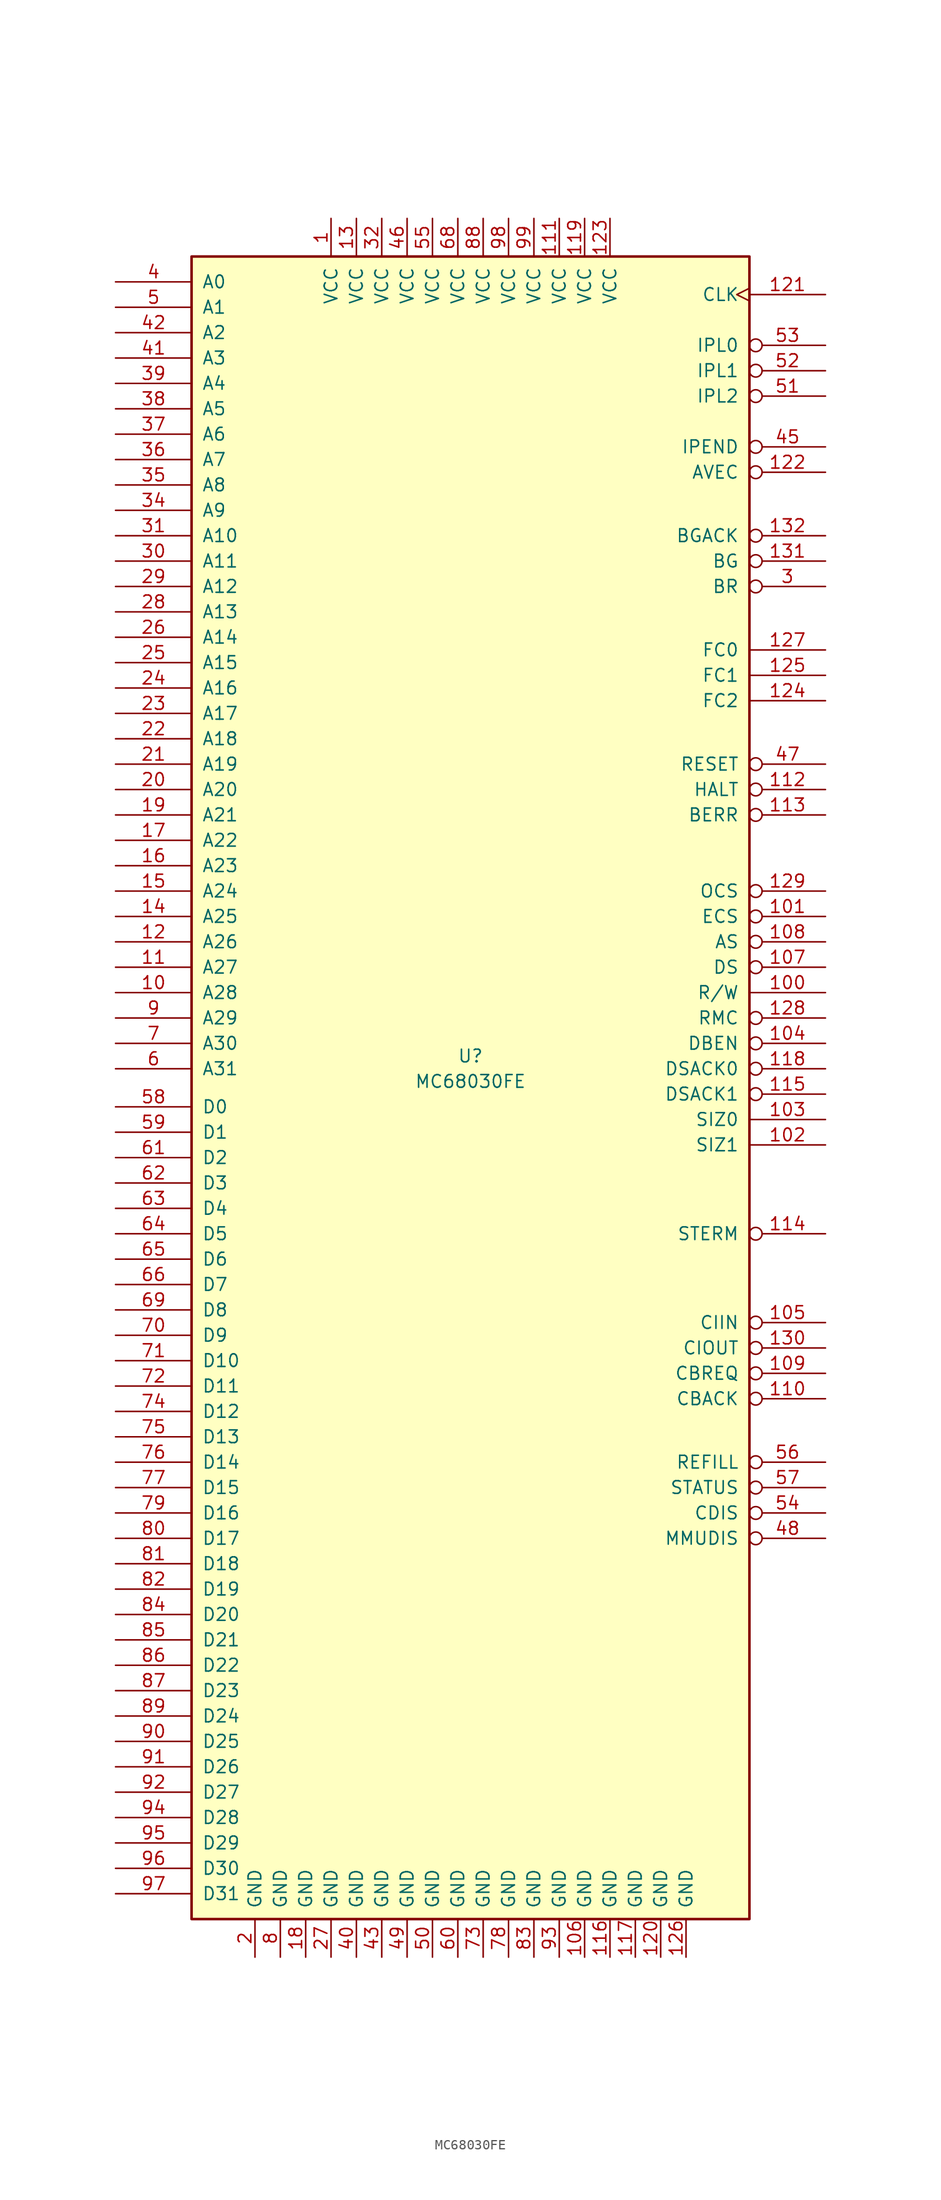
<source format=kicad_sym>
(kicad_symbol_lib
  (version 20231120)
  (generator "kicad_symbol_editor")
  (generator_version "8.0")
  (symbol "MC68030FE"
    (pin_names
      (offset 1.016))
    (property "Reference" "U"
      (at 0 2.54 0)
      (effects (font (size 1.27 1.27))))
    (property "Value" "MC68030FE"
      (at 0 0 0)
      (effects (font (size 1.27 1.27))))
    (symbol "MC68030FE_1_1"
      (rectangle (start -27.94 82.55) (end 27.94 -83.82) (stroke (width 0.254) (type default)) (fill (type background)))
      (pin power_in line (at -13.97 86.36 270) (length 3.81) (name "VCC" (effects (font (size 1.27 1.27)))) (number "1" (effects (font (size 1.27 1.27)))))
      (pin output line (at -35.56 8.89 0) (length 7.62) (name "A28" (effects (font (size 1.27 1.27)))) (number "10" (effects (font (size 1.27 1.27)))))
      (pin output line (at 35.56 8.89 180) (length 7.62) (name "R/W" (effects (font (size 1.27 1.27)))) (number "100" (effects (font (size 1.27 1.27)))))
      (pin output inverted (at 35.56 16.51 180) (length 7.62) (name "ECS" (effects (font (size 1.27 1.27)))) (number "101" (effects (font (size 1.27 1.27)))))
      (pin output line (at 35.56 -6.35 180) (length 7.62) (name "SIZ1" (effects (font (size 1.27 1.27)))) (number "102" (effects (font (size 1.27 1.27)))))
      (pin output line (at 35.56 -3.81 180) (length 7.62) (name "SIZ0" (effects (font (size 1.27 1.27)))) (number "103" (effects (font (size 1.27 1.27)))))
      (pin output inverted (at 35.56 3.81 180) (length 7.62) (name "DBEN" (effects (font (size 1.27 1.27)))) (number "104" (effects (font (size 1.27 1.27)))))
      (pin input inverted (at 35.56 -24.13 180) (length 7.62) (name "CIIN" (effects (font (size 1.27 1.27)))) (number "105" (effects (font (size 1.27 1.27)))))
      (pin power_in line (at 11.43 -87.63 90) (length 3.81) (name "GND" (effects (font (size 1.27 1.27)))) (number "106" (effects (font (size 1.27 1.27)))))
      (pin output inverted (at 35.56 11.43 180) (length 7.62) (name "DS" (effects (font (size 1.27 1.27)))) (number "107" (effects (font (size 1.27 1.27)))))
      (pin output inverted (at 35.56 13.97 180) (length 7.62) (name "AS" (effects (font (size 1.27 1.27)))) (number "108" (effects (font (size 1.27 1.27)))))
      (pin output inverted (at 35.56 -29.21 180) (length 7.62) (name "CBREQ" (effects (font (size 1.27 1.27)))) (number "109" (effects (font (size 1.27 1.27)))))
      (pin output line (at -35.56 11.43 0) (length 7.62) (name "A27" (effects (font (size 1.27 1.27)))) (number "11" (effects (font (size 1.27 1.27)))))
      (pin input inverted (at 35.56 -31.75 180) (length 7.62) (name "CBACK" (effects (font (size 1.27 1.27)))) (number "110" (effects (font (size 1.27 1.27)))))
      (pin power_in line (at 8.89 86.36 270) (length 3.81) (name "VCC" (effects (font (size 1.27 1.27)))) (number "111" (effects (font (size 1.27 1.27)))))
      (pin input inverted (at 35.56 29.21 180) (length 7.62) (name "HALT" (effects (font (size 1.27 1.27)))) (number "112" (effects (font (size 1.27 1.27)))))
      (pin input inverted (at 35.56 26.67 180) (length 7.62) (name "BERR" (effects (font (size 1.27 1.27)))) (number "113" (effects (font (size 1.27 1.27)))))
      (pin input inverted (at 35.56 -15.24 180) (length 7.62) (name "STERM" (effects (font (size 1.27 1.27)))) (number "114" (effects (font (size 1.27 1.27)))))
      (pin input inverted (at 35.56 -1.27 180) (length 7.62) (name "DSACK1" (effects (font (size 1.27 1.27)))) (number "115" (effects (font (size 1.27 1.27)))))
      (pin power_in line (at 13.97 -87.63 90) (length 3.81) (name "GND" (effects (font (size 1.27 1.27)))) (number "116" (effects (font (size 1.27 1.27)))))
      (pin power_in line (at 16.51 -87.63 90) (length 3.81) (name "GND" (effects (font (size 1.27 1.27)))) (number "117" (effects (font (size 1.27 1.27)))))
      (pin input inverted (at 35.56 1.27 180) (length 7.62) (name "DSACK0" (effects (font (size 1.27 1.27)))) (number "118" (effects (font (size 1.27 1.27)))))
      (pin power_in line (at 11.43 86.36 270) (length 3.81) (name "VCC" (effects (font (size 1.27 1.27)))) (number "119" (effects (font (size 1.27 1.27)))))
      (pin output line (at -35.56 13.97 0) (length 7.62) (name "A26" (effects (font (size 1.27 1.27)))) (number "12" (effects (font (size 1.27 1.27)))))
      (pin power_in line (at 19.05 -87.63 90) (length 3.81) (name "GND" (effects (font (size 1.27 1.27)))) (number "120" (effects (font (size 1.27 1.27)))))
      (pin input clock (at 35.56 78.74 180) (length 7.62) (name "CLK" (effects (font (size 1.27 1.27)))) (number "121" (effects (font (size 1.27 1.27)))))
      (pin input inverted (at 35.56 60.96 180) (length 7.62) (name "AVEC" (effects (font (size 1.27 1.27)))) (number "122" (effects (font (size 1.27 1.27)))))
      (pin power_in line (at 13.97 86.36 270) (length 3.81) (name "VCC" (effects (font (size 1.27 1.27)))) (number "123" (effects (font (size 1.27 1.27)))))
      (pin output line (at 35.56 38.1 180) (length 7.62) (name "FC2" (effects (font (size 1.27 1.27)))) (number "124" (effects (font (size 1.27 1.27)))))
      (pin output line (at 35.56 40.64 180) (length 7.62) (name "FC1" (effects (font (size 1.27 1.27)))) (number "125" (effects (font (size 1.27 1.27)))))
      (pin power_in line (at 21.59 -87.63 90) (length 3.81) (name "GND" (effects (font (size 1.27 1.27)))) (number "126" (effects (font (size 1.27 1.27)))))
      (pin output line (at 35.56 43.18 180) (length 7.62) (name "FC0" (effects (font (size 1.27 1.27)))) (number "127" (effects (font (size 1.27 1.27)))))
      (pin output inverted (at 35.56 6.35 180) (length 7.62) (name "RMC" (effects (font (size 1.27 1.27)))) (number "128" (effects (font (size 1.27 1.27)))))
      (pin output inverted (at 35.56 19.05 180) (length 7.62) (name "OCS" (effects (font (size 1.27 1.27)))) (number "129" (effects (font (size 1.27 1.27)))))
      (pin power_in line (at -11.43 86.36 270) (length 3.81) (name "VCC" (effects (font (size 1.27 1.27)))) (number "13" (effects (font (size 1.27 1.27)))))
      (pin output inverted (at 35.56 -26.67 180) (length 7.62) (name "CIOUT" (effects (font (size 1.27 1.27)))) (number "130" (effects (font (size 1.27 1.27)))))
      (pin output inverted (at 35.56 52.07 180) (length 7.62) (name "BG" (effects (font (size 1.27 1.27)))) (number "131" (effects (font (size 1.27 1.27)))))
      (pin input inverted (at 35.56 54.61 180) (length 7.62) (name "BGACK" (effects (font (size 1.27 1.27)))) (number "132" (effects (font (size 1.27 1.27)))))
      (pin output line (at -35.56 16.51 0) (length 7.62) (name "A25" (effects (font (size 1.27 1.27)))) (number "14" (effects (font (size 1.27 1.27)))))
      (pin output line (at -35.56 19.05 0) (length 7.62) (name "A24" (effects (font (size 1.27 1.27)))) (number "15" (effects (font (size 1.27 1.27)))))
      (pin output line (at -35.56 21.59 0) (length 7.62) (name "A23" (effects (font (size 1.27 1.27)))) (number "16" (effects (font (size 1.27 1.27)))))
      (pin output line (at -35.56 24.13 0) (length 7.62) (name "A22" (effects (font (size 1.27 1.27)))) (number "17" (effects (font (size 1.27 1.27)))))
      (pin power_in line (at -16.51 -87.63 90) (length 3.81) (name "GND" (effects (font (size 1.27 1.27)))) (number "18" (effects (font (size 1.27 1.27)))))
      (pin output line (at -35.56 26.67 0) (length 7.62) (name "A21" (effects (font (size 1.27 1.27)))) (number "19" (effects (font (size 1.27 1.27)))))
      (pin power_in line (at -21.59 -87.63 90) (length 3.81) (name "GND" (effects (font (size 1.27 1.27)))) (number "2" (effects (font (size 1.27 1.27)))))
      (pin output line (at -35.56 29.21 0) (length 7.62) (name "A20" (effects (font (size 1.27 1.27)))) (number "20" (effects (font (size 1.27 1.27)))))
      (pin output line (at -35.56 31.75 0) (length 7.62) (name "A19" (effects (font (size 1.27 1.27)))) (number "21" (effects (font (size 1.27 1.27)))))
      (pin output line (at -35.56 34.29 0) (length 7.62) (name "A18" (effects (font (size 1.27 1.27)))) (number "22" (effects (font (size 1.27 1.27)))))
      (pin output line (at -35.56 36.83 0) (length 7.62) (name "A17" (effects (font (size 1.27 1.27)))) (number "23" (effects (font (size 1.27 1.27)))))
      (pin output line (at -35.56 39.37 0) (length 7.62) (name "A16" (effects (font (size 1.27 1.27)))) (number "24" (effects (font (size 1.27 1.27)))))
      (pin output line (at -35.56 41.91 0) (length 7.62) (name "A15" (effects (font (size 1.27 1.27)))) (number "25" (effects (font (size 1.27 1.27)))))
      (pin output line (at -35.56 44.45 0) (length 7.62) (name "A14" (effects (font (size 1.27 1.27)))) (number "26" (effects (font (size 1.27 1.27)))))
      (pin power_in line (at -13.97 -87.63 90) (length 3.81) (name "GND" (effects (font (size 1.27 1.27)))) (number "27" (effects (font (size 1.27 1.27)))))
      (pin output line (at -35.56 46.99 0) (length 7.62) (name "A13" (effects (font (size 1.27 1.27)))) (number "28" (effects (font (size 1.27 1.27)))))
      (pin output line (at -35.56 49.53 0) (length 7.62) (name "A12" (effects (font (size 1.27 1.27)))) (number "29" (effects (font (size 1.27 1.27)))))
      (pin input inverted (at 35.56 49.53 180) (length 7.62) (name "BR" (effects (font (size 1.27 1.27)))) (number "3" (effects (font (size 1.27 1.27)))))
      (pin output line (at -35.56 52.07 0) (length 7.62) (name "A11" (effects (font (size 1.27 1.27)))) (number "30" (effects (font (size 1.27 1.27)))))
      (pin output line (at -35.56 54.61 0) (length 7.62) (name "A10" (effects (font (size 1.27 1.27)))) (number "31" (effects (font (size 1.27 1.27)))))
      (pin power_in line (at -8.89 86.36 270) (length 3.81) (name "VCC" (effects (font (size 1.27 1.27)))) (number "32" (effects (font (size 1.27 1.27)))))
      (pin no_connect line (at 27.94 -54.61 180) (length 0) hide (name "NC" (effects (font (size 1.27 1.27)))) (number "33" (effects (font (size 1.27 1.27)))))
      (pin output line (at -35.56 57.15 0) (length 7.62) (name "A9" (effects (font (size 1.27 1.27)))) (number "34" (effects (font (size 1.27 1.27)))))
      (pin output line (at -35.56 59.69 0) (length 7.62) (name "A8" (effects (font (size 1.27 1.27)))) (number "35" (effects (font (size 1.27 1.27)))))
      (pin output line (at -35.56 62.23 0) (length 7.62) (name "A7" (effects (font (size 1.27 1.27)))) (number "36" (effects (font (size 1.27 1.27)))))
      (pin output line (at -35.56 64.77 0) (length 7.62) (name "A6" (effects (font (size 1.27 1.27)))) (number "37" (effects (font (size 1.27 1.27)))))
      (pin output line (at -35.56 67.31 0) (length 7.62) (name "A5" (effects (font (size 1.27 1.27)))) (number "38" (effects (font (size 1.27 1.27)))))
      (pin output line (at -35.56 69.85 0) (length 7.62) (name "A4" (effects (font (size 1.27 1.27)))) (number "39" (effects (font (size 1.27 1.27)))))
      (pin output line (at -35.56 80.01 0) (length 7.62) (name "A0" (effects (font (size 1.27 1.27)))) (number "4" (effects (font (size 1.27 1.27)))))
      (pin power_in line (at -11.43 -87.63 90) (length 3.81) (name "GND" (effects (font (size 1.27 1.27)))) (number "40" (effects (font (size 1.27 1.27)))))
      (pin output line (at -35.56 72.39 0) (length 7.62) (name "A3" (effects (font (size 1.27 1.27)))) (number "41" (effects (font (size 1.27 1.27)))))
      (pin output line (at -35.56 74.93 0) (length 7.62) (name "A2" (effects (font (size 1.27 1.27)))) (number "42" (effects (font (size 1.27 1.27)))))
      (pin power_in line (at -8.89 -87.63 90) (length 3.81) (name "GND" (effects (font (size 1.27 1.27)))) (number "43" (effects (font (size 1.27 1.27)))))
      (pin no_connect line (at 27.94 -57.15 180) (length 0) hide (name "NC" (effects (font (size 1.27 1.27)))) (number "44" (effects (font (size 1.27 1.27)))))
      (pin output inverted (at 35.56 63.5 180) (length 7.62) (name "IPEND" (effects (font (size 1.27 1.27)))) (number "45" (effects (font (size 1.27 1.27)))))
      (pin power_in line (at -6.35 86.36 270) (length 3.81) (name "VCC" (effects (font (size 1.27 1.27)))) (number "46" (effects (font (size 1.27 1.27)))))
      (pin bidirectional inverted (at 35.56 31.75 180) (length 7.62) (name "RESET" (effects (font (size 1.27 1.27)))) (number "47" (effects (font (size 1.27 1.27)))))
      (pin input inverted (at 35.56 -45.72 180) (length 7.62) (name "MMUDIS" (effects (font (size 1.27 1.27)))) (number "48" (effects (font (size 1.27 1.27)))))
      (pin power_in line (at -6.35 -87.63 90) (length 3.81) (name "GND" (effects (font (size 1.27 1.27)))) (number "49" (effects (font (size 1.27 1.27)))))
      (pin output line (at -35.56 77.47 0) (length 7.62) (name "A1" (effects (font (size 1.27 1.27)))) (number "5" (effects (font (size 1.27 1.27)))))
      (pin power_in line (at -3.81 -87.63 90) (length 3.81) (name "GND" (effects (font (size 1.27 1.27)))) (number "50" (effects (font (size 1.27 1.27)))))
      (pin input inverted (at 35.56 68.58 180) (length 7.62) (name "IPL2" (effects (font (size 1.27 1.27)))) (number "51" (effects (font (size 1.27 1.27)))))
      (pin input inverted (at 35.56 71.12 180) (length 7.62) (name "IPL1" (effects (font (size 1.27 1.27)))) (number "52" (effects (font (size 1.27 1.27)))))
      (pin input inverted (at 35.56 73.66 180) (length 7.62) (name "IPL0" (effects (font (size 1.27 1.27)))) (number "53" (effects (font (size 1.27 1.27)))))
      (pin input inverted (at 35.56 -43.18 180) (length 7.62) (name "CDIS" (effects (font (size 1.27 1.27)))) (number "54" (effects (font (size 1.27 1.27)))))
      (pin power_in line (at -3.81 86.36 270) (length 3.81) (name "VCC" (effects (font (size 1.27 1.27)))) (number "55" (effects (font (size 1.27 1.27)))))
      (pin output inverted (at 35.56 -38.1 180) (length 7.62) (name "REFILL" (effects (font (size 1.27 1.27)))) (number "56" (effects (font (size 1.27 1.27)))))
      (pin output inverted (at 35.56 -40.64 180) (length 7.62) (name "STATUS" (effects (font (size 1.27 1.27)))) (number "57" (effects (font (size 1.27 1.27)))))
      (pin bidirectional line (at -35.56 -2.54 0) (length 7.62) (name "D0" (effects (font (size 1.27 1.27)))) (number "58" (effects (font (size 1.27 1.27)))))
      (pin bidirectional line (at -35.56 -5.08 0) (length 7.62) (name "D1" (effects (font (size 1.27 1.27)))) (number "59" (effects (font (size 1.27 1.27)))))
      (pin output line (at -35.56 1.27 0) (length 7.62) (name "A31" (effects (font (size 1.27 1.27)))) (number "6" (effects (font (size 1.27 1.27)))))
      (pin power_in line (at -1.27 -87.63 90) (length 3.81) (name "GND" (effects (font (size 1.27 1.27)))) (number "60" (effects (font (size 1.27 1.27)))))
      (pin bidirectional line (at -35.56 -7.62 0) (length 7.62) (name "D2" (effects (font (size 1.27 1.27)))) (number "61" (effects (font (size 1.27 1.27)))))
      (pin bidirectional line (at -35.56 -10.16 0) (length 7.62) (name "D3" (effects (font (size 1.27 1.27)))) (number "62" (effects (font (size 1.27 1.27)))))
      (pin bidirectional line (at -35.56 -12.7 0) (length 7.62) (name "D4" (effects (font (size 1.27 1.27)))) (number "63" (effects (font (size 1.27 1.27)))))
      (pin bidirectional line (at -35.56 -15.24 0) (length 7.62) (name "D5" (effects (font (size 1.27 1.27)))) (number "64" (effects (font (size 1.27 1.27)))))
      (pin bidirectional line (at -35.56 -17.78 0) (length 7.62) (name "D6" (effects (font (size 1.27 1.27)))) (number "65" (effects (font (size 1.27 1.27)))))
      (pin bidirectional line (at -35.56 -20.32 0) (length 7.62) (name "D7" (effects (font (size 1.27 1.27)))) (number "66" (effects (font (size 1.27 1.27)))))
      (pin no_connect line (at 27.94 -59.69 180) (length 0) hide (name "NC" (effects (font (size 1.27 1.27)))) (number "67" (effects (font (size 1.27 1.27)))))
      (pin power_in line (at -1.27 86.36 270) (length 3.81) (name "VCC" (effects (font (size 1.27 1.27)))) (number "68" (effects (font (size 1.27 1.27)))))
      (pin bidirectional line (at -35.56 -22.86 0) (length 7.62) (name "D8" (effects (font (size 1.27 1.27)))) (number "69" (effects (font (size 1.27 1.27)))))
      (pin output line (at -35.56 3.81 0) (length 7.62) (name "A30" (effects (font (size 1.27 1.27)))) (number "7" (effects (font (size 1.27 1.27)))))
      (pin bidirectional line (at -35.56 -25.4 0) (length 7.62) (name "D9" (effects (font (size 1.27 1.27)))) (number "70" (effects (font (size 1.27 1.27)))))
      (pin bidirectional line (at -35.56 -27.94 0) (length 7.62) (name "D10" (effects (font (size 1.27 1.27)))) (number "71" (effects (font (size 1.27 1.27)))))
      (pin bidirectional line (at -35.56 -30.48 0) (length 7.62) (name "D11" (effects (font (size 1.27 1.27)))) (number "72" (effects (font (size 1.27 1.27)))))
      (pin power_in line (at 1.27 -87.63 90) (length 3.81) (name "GND" (effects (font (size 1.27 1.27)))) (number "73" (effects (font (size 1.27 1.27)))))
      (pin bidirectional line (at -35.56 -33.02 0) (length 7.62) (name "D12" (effects (font (size 1.27 1.27)))) (number "74" (effects (font (size 1.27 1.27)))))
      (pin bidirectional line (at -35.56 -35.56 0) (length 7.62) (name "D13" (effects (font (size 1.27 1.27)))) (number "75" (effects (font (size 1.27 1.27)))))
      (pin bidirectional line (at -35.56 -38.1 0) (length 7.62) (name "D14" (effects (font (size 1.27 1.27)))) (number "76" (effects (font (size 1.27 1.27)))))
      (pin bidirectional line (at -35.56 -40.64 0) (length 7.62) (name "D15" (effects (font (size 1.27 1.27)))) (number "77" (effects (font (size 1.27 1.27)))))
      (pin power_in line (at 3.81 -87.63 90) (length 3.81) (name "GND" (effects (font (size 1.27 1.27)))) (number "78" (effects (font (size 1.27 1.27)))))
      (pin bidirectional line (at -35.56 -43.18 0) (length 7.62) (name "D16" (effects (font (size 1.27 1.27)))) (number "79" (effects (font (size 1.27 1.27)))))
      (pin power_in line (at -19.05 -87.63 90) (length 3.81) (name "GND" (effects (font (size 1.27 1.27)))) (number "8" (effects (font (size 1.27 1.27)))))
      (pin bidirectional line (at -35.56 -45.72 0) (length 7.62) (name "D17" (effects (font (size 1.27 1.27)))) (number "80" (effects (font (size 1.27 1.27)))))
      (pin bidirectional line (at -35.56 -48.26 0) (length 7.62) (name "D18" (effects (font (size 1.27 1.27)))) (number "81" (effects (font (size 1.27 1.27)))))
      (pin bidirectional line (at -35.56 -50.8 0) (length 7.62) (name "D19" (effects (font (size 1.27 1.27)))) (number "82" (effects (font (size 1.27 1.27)))))
      (pin power_in line (at 6.35 -87.63 90) (length 3.81) (name "GND" (effects (font (size 1.27 1.27)))) (number "83" (effects (font (size 1.27 1.27)))))
      (pin bidirectional line (at -35.56 -53.34 0) (length 7.62) (name "D20" (effects (font (size 1.27 1.27)))) (number "84" (effects (font (size 1.27 1.27)))))
      (pin bidirectional line (at -35.56 -55.88 0) (length 7.62) (name "D21" (effects (font (size 1.27 1.27)))) (number "85" (effects (font (size 1.27 1.27)))))
      (pin bidirectional line (at -35.56 -58.42 0) (length 7.62) (name "D22" (effects (font (size 1.27 1.27)))) (number "86" (effects (font (size 1.27 1.27)))))
      (pin bidirectional line (at -35.56 -60.96 0) (length 7.62) (name "D23" (effects (font (size 1.27 1.27)))) (number "87" (effects (font (size 1.27 1.27)))))
      (pin power_in line (at 1.27 86.36 270) (length 3.81) (name "VCC" (effects (font (size 1.27 1.27)))) (number "88" (effects (font (size 1.27 1.27)))))
      (pin bidirectional line (at -35.56 -63.5 0) (length 7.62) (name "D24" (effects (font (size 1.27 1.27)))) (number "89" (effects (font (size 1.27 1.27)))))
      (pin output line (at -35.56 6.35 0) (length 7.62) (name "A29" (effects (font (size 1.27 1.27)))) (number "9" (effects (font (size 1.27 1.27)))))
      (pin bidirectional line (at -35.56 -66.04 0) (length 7.62) (name "D25" (effects (font (size 1.27 1.27)))) (number "90" (effects (font (size 1.27 1.27)))))
      (pin bidirectional line (at -35.56 -68.58 0) (length 7.62) (name "D26" (effects (font (size 1.27 1.27)))) (number "91" (effects (font (size 1.27 1.27)))))
      (pin bidirectional line (at -35.56 -71.12 0) (length 7.62) (name "D27" (effects (font (size 1.27 1.27)))) (number "92" (effects (font (size 1.27 1.27)))))
      (pin power_in line (at 8.89 -87.63 90) (length 3.81) (name "GND" (effects (font (size 1.27 1.27)))) (number "93" (effects (font (size 1.27 1.27)))))
      (pin bidirectional line (at -35.56 -73.66 0) (length 7.62) (name "D28" (effects (font (size 1.27 1.27)))) (number "94" (effects (font (size 1.27 1.27)))))
      (pin bidirectional line (at -35.56 -76.2 0) (length 7.62) (name "D29" (effects (font (size 1.27 1.27)))) (number "95" (effects (font (size 1.27 1.27)))))
      (pin bidirectional line (at -35.56 -78.74 0) (length 7.62) (name "D30" (effects (font (size 1.27 1.27)))) (number "96" (effects (font (size 1.27 1.27)))))
      (pin bidirectional line (at -35.56 -81.28 0) (length 7.62) (name "D31" (effects (font (size 1.27 1.27)))) (number "97" (effects (font (size 1.27 1.27)))))
      (pin power_in line (at 3.81 86.36 270) (length 3.81) (name "VCC" (effects (font (size 1.27 1.27)))) (number "98" (effects (font (size 1.27 1.27)))))
      (pin power_in line (at 6.35 86.36 270) (length 3.81) (name "VCC" (effects (font (size 1.27 1.27)))) (number "99" (effects (font (size 1.27 1.27))))))))
</source>
